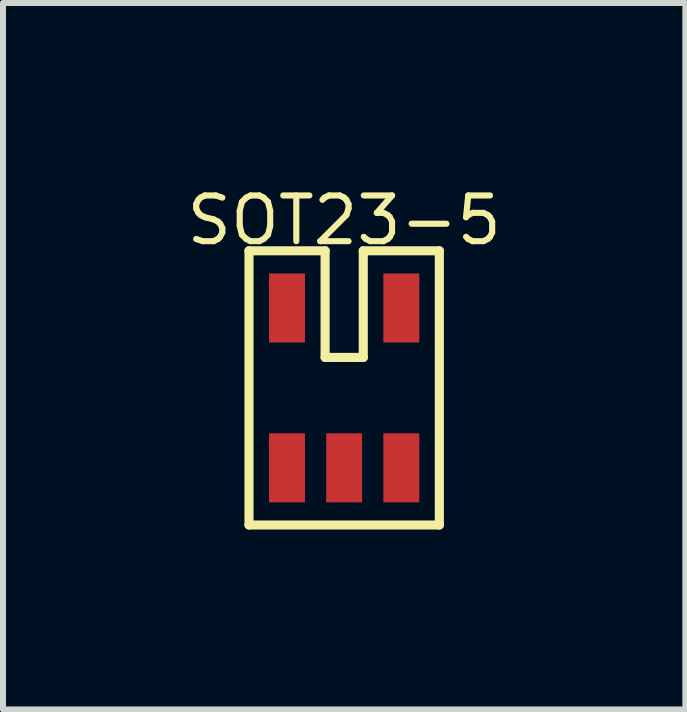
<source format=kicad_pcb>
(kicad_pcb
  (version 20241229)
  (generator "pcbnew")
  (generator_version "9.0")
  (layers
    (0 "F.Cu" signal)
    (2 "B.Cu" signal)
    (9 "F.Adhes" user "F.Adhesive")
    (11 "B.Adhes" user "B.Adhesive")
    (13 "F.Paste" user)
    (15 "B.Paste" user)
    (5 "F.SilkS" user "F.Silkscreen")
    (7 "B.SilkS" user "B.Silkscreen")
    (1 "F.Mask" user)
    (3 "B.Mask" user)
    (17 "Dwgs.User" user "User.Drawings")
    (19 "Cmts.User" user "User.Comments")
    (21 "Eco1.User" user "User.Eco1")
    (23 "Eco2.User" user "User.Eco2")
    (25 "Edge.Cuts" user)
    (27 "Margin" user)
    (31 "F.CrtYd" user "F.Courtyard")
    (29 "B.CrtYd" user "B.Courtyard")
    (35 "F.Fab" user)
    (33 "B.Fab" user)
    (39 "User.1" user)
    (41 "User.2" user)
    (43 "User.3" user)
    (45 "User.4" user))
  (footprint "SOT23-5"
    (placed yes)
    (layer "F.Cu")
    (at 2.689 3.418)
    (property "Reference" "SOT23-5" (at 0 -2.794 0) (layer "F.SilkS") (effects (font (size 0.762 0.762) (thickness 0.102))))
    (attr smd)
    (fp_line (start -1.587 -2.286) (end -1.587 2.286) (stroke (width 0.152) (type solid)) (layer "F.SilkS"))
    (fp_line (start -1.587 2.286) (end 1.587 2.286) (stroke (width 0.152) (type solid)) (layer "F.SilkS"))
    (fp_line (start -0.318 -2.286) (end -1.587 -2.286) (stroke (width 0.152) (type solid)) (layer "F.SilkS"))
    (fp_line (start -0.318 -2.286) (end -0.318 -0.508) (stroke (width 0.152) (type solid)) (layer "F.SilkS"))
    (fp_line (start -0.318 -0.508) (end 0.318 -0.508) (stroke (width 0.152) (type solid)) (layer "F.SilkS"))
    (fp_line (start 0.318 -2.286) (end 1.587 -2.286) (stroke (width 0.152) (type solid)) (layer "F.SilkS"))
    (fp_line (start 0.318 -0.508) (end 0.318 -2.286) (stroke (width 0.152) (type solid)) (layer "F.SilkS"))
    (fp_line (start 1.587 2.286) (end 1.587 -2.286) (stroke (width 0.152) (type solid)) (layer "F.SilkS"))
    (pad "1" smd rect (at -0.953 -1.333) (size 0.599 1.151) (layers "F.Cu" "F.Mask" "F.Paste"))
    (pad "2" smd rect (at -0.953 1.333) (size 0.599 1.151) (layers "F.Cu" "F.Mask" "F.Paste"))
    (pad "3" smd rect (at 0.953 1.333) (size 0.599 1.151) (layers "F.Cu" "F.Mask" "F.Paste"))
    (pad "4" smd rect (at 0.953 -1.333) (size 0.599 1.151) (layers "F.Cu" "F.Mask" "F.Paste"))
    (pad "5" smd rect (at 0 1.333) (size 0.599 1.151) (layers "F.Cu" "F.Mask" "F.Paste")))
  (gr_rect
    (start -3 -3)
    (end 8.378 8.78)
    (stroke (width 0.1) (type default))
    (fill no)
    (layer "Edge.Cuts")))
</source>
